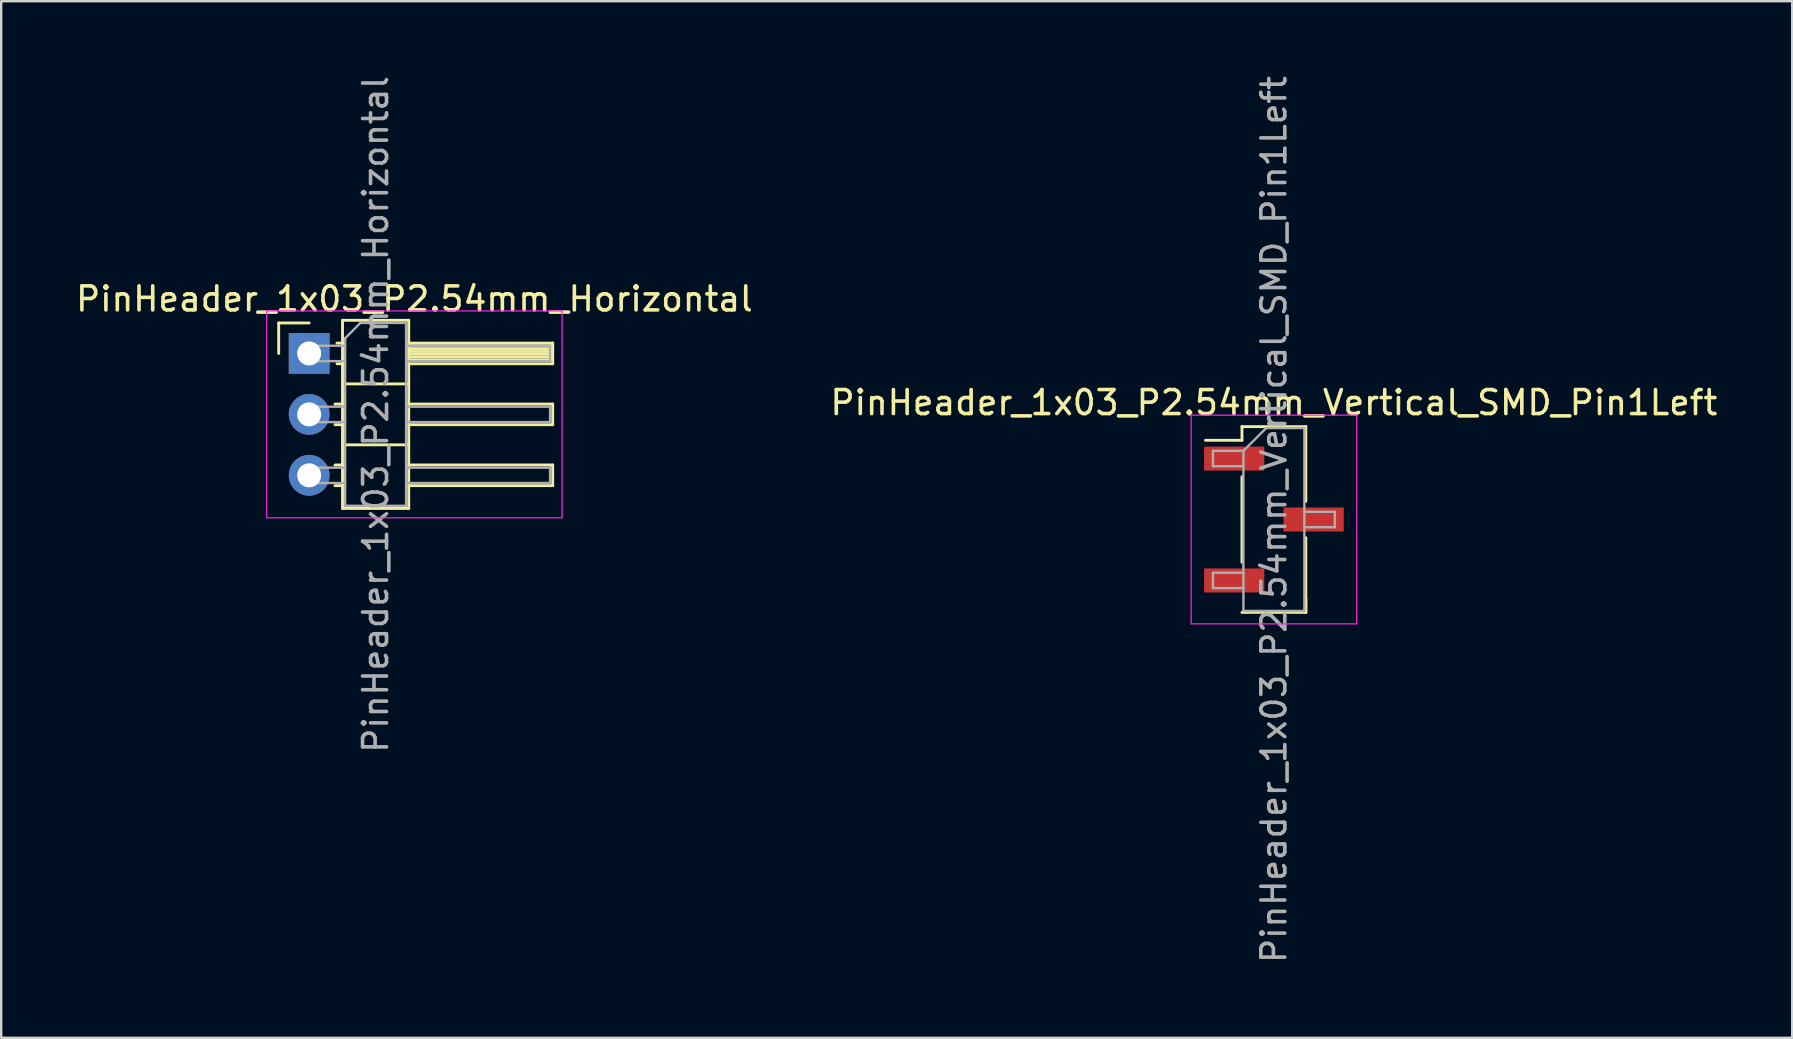
<source format=kicad_pcb>
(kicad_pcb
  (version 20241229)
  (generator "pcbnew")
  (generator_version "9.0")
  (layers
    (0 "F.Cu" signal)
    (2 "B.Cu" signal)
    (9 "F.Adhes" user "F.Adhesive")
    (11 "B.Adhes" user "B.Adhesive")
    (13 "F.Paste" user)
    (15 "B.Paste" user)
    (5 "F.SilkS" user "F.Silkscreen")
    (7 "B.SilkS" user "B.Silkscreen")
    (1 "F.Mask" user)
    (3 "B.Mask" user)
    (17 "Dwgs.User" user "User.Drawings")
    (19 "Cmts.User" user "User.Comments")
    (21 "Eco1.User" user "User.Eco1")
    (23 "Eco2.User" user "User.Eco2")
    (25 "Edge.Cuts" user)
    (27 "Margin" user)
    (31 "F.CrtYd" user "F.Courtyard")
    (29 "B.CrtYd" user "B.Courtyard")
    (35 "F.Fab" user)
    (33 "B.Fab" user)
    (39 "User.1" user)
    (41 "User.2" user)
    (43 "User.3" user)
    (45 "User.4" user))
  (footprint "PinHeader_1x03_P2.54mm_Vertical_SMD_Pin1Left"
    (layer "F.Cu")
    (at 50.042 18.601)
    (property "Reference" "PinHeader_1x03_P2.54mm_Vertical_SMD_Pin1Left" (at 0 -4.87 0) (layer "F.SilkS") (effects (font (size 1 1) (thickness 0.15))))
    (attr smd)
    (fp_line (start -1.33 -3.87) (end -1.33 -3.3) (stroke (width 0.12) (type solid)) (layer "F.SilkS"))
    (fp_line (start -1.33 -3.87) (end 1.33 -3.87) (stroke (width 0.12) (type solid)) (layer "F.SilkS"))
    (fp_line (start -1.33 -3.3) (end -2.85 -3.3) (stroke (width 0.12) (type solid)) (layer "F.SilkS"))
    (fp_line (start -1.33 -1.78) (end -1.33 1.78) (stroke (width 0.12) (type solid)) (layer "F.SilkS"))
    (fp_line (start -1.33 3.87) (end 1.33 3.87) (stroke (width 0.12) (type solid)) (layer "F.SilkS"))
    (fp_line (start 1.33 -3.87) (end 1.33 -0.76) (stroke (width 0.12) (type solid)) (layer "F.SilkS"))
    (fp_line (start 1.33 0.76) (end 1.33 3.87) (stroke (width 0.12) (type solid)) (layer "F.SilkS"))
    (fp_line (start 1.33 3.3) (end 1.33 3.87) (stroke (width 0.12) (type solid)) (layer "F.SilkS"))
    (fp_line (start -3.45 -4.35) (end -3.45 4.35) (stroke (width 0.05) (type solid)) (layer "F.CrtYd"))
    (fp_line (start -3.45 4.35) (end 3.45 4.35) (stroke (width 0.05) (type solid)) (layer "F.CrtYd"))
    (fp_line (start 3.45 -4.35) (end -3.45 -4.35) (stroke (width 0.05) (type solid)) (layer "F.CrtYd"))
    (fp_line (start 3.45 4.35) (end 3.45 -4.35) (stroke (width 0.05) (type solid)) (layer "F.CrtYd"))
    (fp_line (start -2.54 -2.86) (end -2.54 -2.22) (stroke (width 0.1) (type solid)) (layer "F.Fab"))
    (fp_line (start -2.54 -2.22) (end -1.27 -2.22) (stroke (width 0.1) (type solid)) (layer "F.Fab"))
    (fp_line (start -2.54 2.22) (end -2.54 2.86) (stroke (width 0.1) (type solid)) (layer "F.Fab"))
    (fp_line (start -2.54 2.86) (end -1.27 2.86) (stroke (width 0.1) (type solid)) (layer "F.Fab"))
    (fp_line (start -1.27 -2.86) (end -2.54 -2.86) (stroke (width 0.1) (type solid)) (layer "F.Fab"))
    (fp_line (start -1.27 -2.86) (end -0.32 -3.81) (stroke (width 0.1) (type solid)) (layer "F.Fab"))
    (fp_line (start -1.27 2.22) (end -2.54 2.22) (stroke (width 0.1) (type solid)) (layer "F.Fab"))
    (fp_line (start -1.27 3.81) (end -1.27 -2.86) (stroke (width 0.1) (type solid)) (layer "F.Fab"))
    (fp_line (start -0.32 -3.81) (end 1.27 -3.81) (stroke (width 0.1) (type solid)) (layer "F.Fab"))
    (fp_line (start 1.27 -3.81) (end 1.27 3.81) (stroke (width 0.1) (type solid)) (layer "F.Fab"))
    (fp_line (start 1.27 -0.32) (end 2.54 -0.32) (stroke (width 0.1) (type solid)) (layer "F.Fab"))
    (fp_line (start 1.27 3.81) (end -1.27 3.81) (stroke (width 0.1) (type solid)) (layer "F.Fab"))
    (fp_line (start 2.54 -0.32) (end 2.54 0.32) (stroke (width 0.1) (type solid)) (layer "F.Fab"))
    (fp_line (start 2.54 0.32) (end 1.27 0.32) (stroke (width 0.1) (type solid)) (layer "F.Fab"))
    (fp_text user "${REFERENCE}" (at 0 0 90) (layer "F.Fab") (effects (font (size 1 1) (thickness 0.15))))
    (pad "1" smd rect (at -1.655 -2.54) (size 2.51 1) (layers "F.Cu" "F.Mask" "F.Paste"))
    (pad "2" smd rect (at 1.655 0) (size 2.51 1) (layers "F.Cu" "F.Mask" "F.Paste"))
    (pad "3" smd rect (at -1.655 2.54) (size 2.51 1) (layers "F.Cu" "F.Mask" "F.Paste")))
  (footprint "PinHeader_1x03_P2.54mm_Horizontal"
    (layer "F.Cu")
    (at 9.835 11.68)
    (property "Reference" "PinHeader_1x03_P2.54mm_Horizontal" (at 4.385 -2.27 0) (layer "F.SilkS") (effects (font (size 1 1) (thickness 0.15))))
    (attr through_hole)
    (fp_line (start -1.27 -1.27) (end 0 -1.27) (stroke (width 0.12) (type solid)) (layer "F.SilkS"))
    (fp_line (start -1.27 0) (end -1.27 -1.27) (stroke (width 0.12) (type solid)) (layer "F.SilkS"))
    (fp_line (start 1.077 2.11) (end 1.39 2.11) (stroke (width 0.12) (type solid)) (layer "F.SilkS"))
    (fp_line (start 1.077 2.97) (end 1.39 2.97) (stroke (width 0.12) (type solid)) (layer "F.SilkS"))
    (fp_line (start 1.077 4.65) (end 1.39 4.65) (stroke (width 0.12) (type solid)) (layer "F.SilkS"))
    (fp_line (start 1.077 5.51) (end 1.39 5.51) (stroke (width 0.12) (type solid)) (layer "F.SilkS"))
    (fp_line (start 1.16 -0.43) (end 1.39 -0.43) (stroke (width 0.12) (type solid)) (layer "F.SilkS"))
    (fp_line (start 1.16 0.43) (end 1.39 0.43) (stroke (width 0.12) (type solid)) (layer "F.SilkS"))
    (fp_line (start 1.39 -1.38) (end 1.39 6.46) (stroke (width 0.12) (type solid)) (layer "F.SilkS"))
    (fp_line (start 1.39 1.27) (end 4.15 1.27) (stroke (width 0.12) (type solid)) (layer "F.SilkS"))
    (fp_line (start 1.39 3.81) (end 4.15 3.81) (stroke (width 0.12) (type solid)) (layer "F.SilkS"))
    (fp_line (start 1.39 6.46) (end 4.15 6.46) (stroke (width 0.12) (type solid)) (layer "F.SilkS"))
    (fp_line (start 4.15 -1.38) (end 1.39 -1.38) (stroke (width 0.12) (type solid)) (layer "F.SilkS"))
    (fp_line (start 4.15 -0.43) (end 10.15 -0.43) (stroke (width 0.12) (type solid)) (layer "F.SilkS"))
    (fp_line (start 4.15 -0.32) (end 10.15 -0.32) (stroke (width 0.12) (type solid)) (layer "F.SilkS"))
    (fp_line (start 4.15 -0.2) (end 10.15 -0.2) (stroke (width 0.12) (type solid)) (layer "F.SilkS"))
    (fp_line (start 4.15 -0.08) (end 10.15 -0.08) (stroke (width 0.12) (type solid)) (layer "F.SilkS"))
    (fp_line (start 4.15 0.04) (end 10.15 0.04) (stroke (width 0.12) (type solid)) (layer "F.SilkS"))
    (fp_line (start 4.15 0.16) (end 10.15 0.16) (stroke (width 0.12) (type solid)) (layer "F.SilkS"))
    (fp_line (start 4.15 0.28) (end 10.15 0.28) (stroke (width 0.12) (type solid)) (layer "F.SilkS"))
    (fp_line (start 4.15 2.11) (end 10.15 2.11) (stroke (width 0.12) (type solid)) (layer "F.SilkS"))
    (fp_line (start 4.15 4.65) (end 10.15 4.65) (stroke (width 0.12) (type solid)) (layer "F.SilkS"))
    (fp_line (start 4.15 6.46) (end 4.15 -1.38) (stroke (width 0.12) (type solid)) (layer "F.SilkS"))
    (fp_line (start 10.15 -0.43) (end 10.15 0.43) (stroke (width 0.12) (type solid)) (layer "F.SilkS"))
    (fp_line (start 10.15 0.43) (end 4.15 0.43) (stroke (width 0.12) (type solid)) (layer "F.SilkS"))
    (fp_line (start 10.15 2.11) (end 10.15 2.97) (stroke (width 0.12) (type solid)) (layer "F.SilkS"))
    (fp_line (start 10.15 2.97) (end 4.15 2.97) (stroke (width 0.12) (type solid)) (layer "F.SilkS"))
    (fp_line (start 10.15 4.65) (end 10.15 5.51) (stroke (width 0.12) (type solid)) (layer "F.SilkS"))
    (fp_line (start 10.15 5.51) (end 4.15 5.51) (stroke (width 0.12) (type solid)) (layer "F.SilkS"))
    (fp_line (start -1.77 -1.77) (end -1.77 6.85) (stroke (width 0.05) (type solid)) (layer "F.CrtYd"))
    (fp_line (start -1.77 6.85) (end 10.54 6.85) (stroke (width 0.05) (type solid)) (layer "F.CrtYd"))
    (fp_line (start 10.54 -1.77) (end -1.77 -1.77) (stroke (width 0.05) (type solid)) (layer "F.CrtYd"))
    (fp_line (start 10.54 6.85) (end 10.54 -1.77) (stroke (width 0.05) (type solid)) (layer "F.CrtYd"))
    (fp_line (start -0.32 -0.32) (end -0.32 0.32) (stroke (width 0.1) (type solid)) (layer "F.Fab"))
    (fp_line (start -0.32 -0.32) (end 1.5 -0.32) (stroke (width 0.1) (type solid)) (layer "F.Fab"))
    (fp_line (start -0.32 0.32) (end 1.5 0.32) (stroke (width 0.1) (type solid)) (layer "F.Fab"))
    (fp_line (start -0.32 2.22) (end -0.32 2.86) (stroke (width 0.1) (type solid)) (layer "F.Fab"))
    (fp_line (start -0.32 2.22) (end 1.5 2.22) (stroke (width 0.1) (type solid)) (layer "F.Fab"))
    (fp_line (start -0.32 2.86) (end 1.5 2.86) (stroke (width 0.1) (type solid)) (layer "F.Fab"))
    (fp_line (start -0.32 4.76) (end -0.32 5.4) (stroke (width 0.1) (type solid)) (layer "F.Fab"))
    (fp_line (start -0.32 4.76) (end 1.5 4.76) (stroke (width 0.1) (type solid)) (layer "F.Fab"))
    (fp_line (start -0.32 5.4) (end 1.5 5.4) (stroke (width 0.1) (type solid)) (layer "F.Fab"))
    (fp_line (start 1.5 -0.635) (end 2.135 -1.27) (stroke (width 0.1) (type solid)) (layer "F.Fab"))
    (fp_line (start 1.5 6.35) (end 1.5 -0.635) (stroke (width 0.1) (type solid)) (layer "F.Fab"))
    (fp_line (start 2.135 -1.27) (end 4.04 -1.27) (stroke (width 0.1) (type solid)) (layer "F.Fab"))
    (fp_line (start 4.04 -1.27) (end 4.04 6.35) (stroke (width 0.1) (type solid)) (layer "F.Fab"))
    (fp_line (start 4.04 -0.32) (end 10.04 -0.32) (stroke (width 0.1) (type solid)) (layer "F.Fab"))
    (fp_line (start 4.04 0.32) (end 10.04 0.32) (stroke (width 0.1) (type solid)) (layer "F.Fab"))
    (fp_line (start 4.04 2.22) (end 10.04 2.22) (stroke (width 0.1) (type solid)) (layer "F.Fab"))
    (fp_line (start 4.04 2.86) (end 10.04 2.86) (stroke (width 0.1) (type solid)) (layer "F.Fab"))
    (fp_line (start 4.04 4.76) (end 10.04 4.76) (stroke (width 0.1) (type solid)) (layer "F.Fab"))
    (fp_line (start 4.04 5.4) (end 10.04 5.4) (stroke (width 0.1) (type solid)) (layer "F.Fab"))
    (fp_line (start 4.04 6.35) (end 1.5 6.35) (stroke (width 0.1) (type solid)) (layer "F.Fab"))
    (fp_line (start 10.04 -0.32) (end 10.04 0.32) (stroke (width 0.1) (type solid)) (layer "F.Fab"))
    (fp_line (start 10.04 2.22) (end 10.04 2.86) (stroke (width 0.1) (type solid)) (layer "F.Fab"))
    (fp_line (start 10.04 4.76) (end 10.04 5.4) (stroke (width 0.1) (type solid)) (layer "F.Fab"))
    (fp_text user "${REFERENCE}" (at 2.77 2.54 90) (layer "F.Fab") (effects (font (size 1 1) (thickness 0.15))))
    (pad "1" thru_hole rect (at 0 0) (size 1.7 1.7) (drill 1) (layers "*.Cu" "*.Mask"))
    (pad "2" thru_hole circle (at 0 2.54) (size 1.7 1.7) (drill 1) (layers "*.Cu" "*.Mask"))
    (pad "3" thru_hole circle (at 0 5.08) (size 1.7 1.7) (drill 1) (layers "*.Cu" "*.Mask")))
  (gr_rect
    (start -3 -3)
    (end 71.643 40.202)
    (stroke (width 0.1) (type default))
    (fill no)
    (layer "Edge.Cuts")))
</source>
